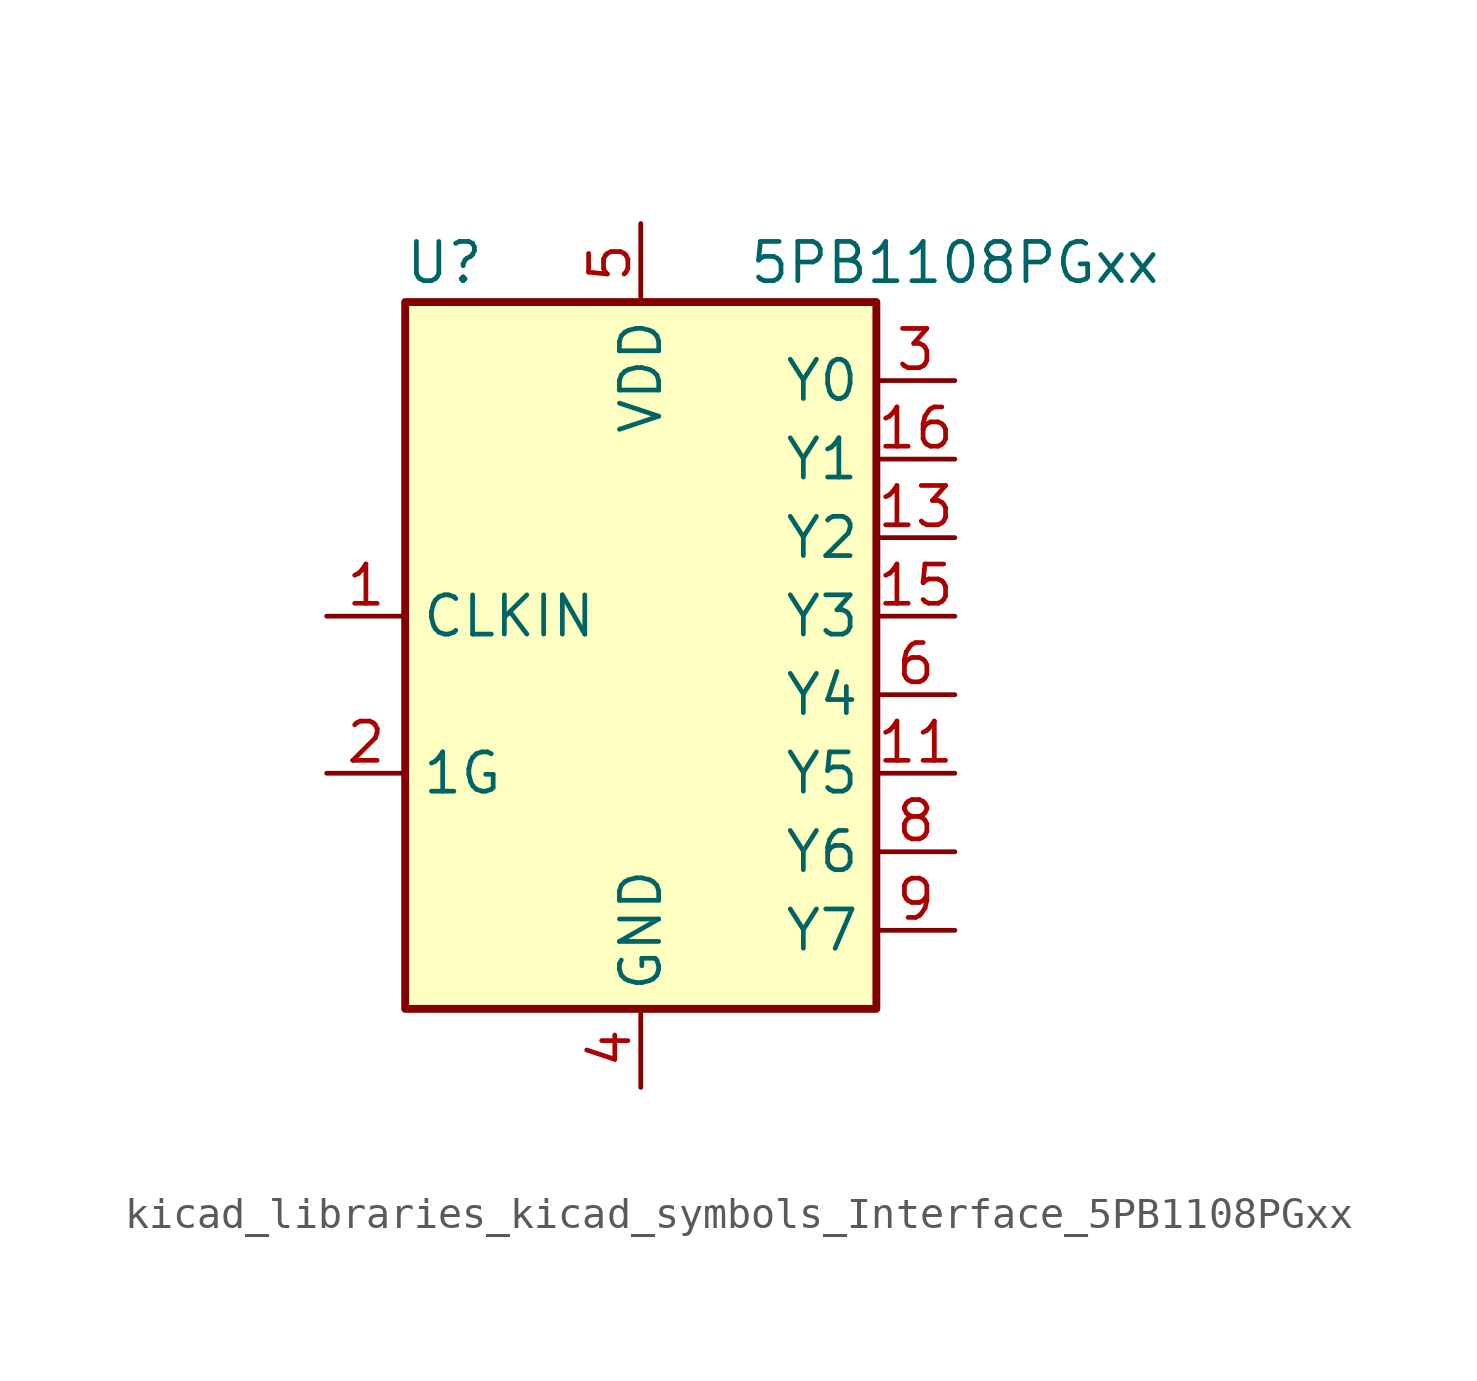
<source format=kicad_sym>
(kicad_symbol_lib
  (version 20220914)
  (generator kicad_symbol_editor)
  (symbol "kicad_libraries_kicad_symbols_Interface_5PB1108PGxx"
    (property "Reference" "U"
      (at -6.35 13.97 0)
      (effects (font (size 1.27 1.27))))
    (property "Value" "5PB1108PGxx"
      (at 10.16 13.97 0)
      (effects (font (size 1.27 1.27))))
    (symbol "kicad_libraries_kicad_symbols_Interface_5PB1108PGxx_0_1"
      (rectangle (start -7.62 12.7) (end 7.62 -10.16) (stroke (width 0.254) (type default)) (fill (type background))))
    (symbol "kicad_libraries_kicad_symbols_Interface_5PB1108PGxx_1_1"
      (pin input line (at -10.16 2.54 0) (length 2.54) (name "CLKIN" (effects (font (size 1.27 1.27)))) (number "1" (effects (font (size 1.27 1.27)))))
      (pin passive line (at 0 15.24 270) (length 2.54) hide (name "VDD" (effects (font (size 1.27 1.27)))) (number "10" (effects (font (size 1.27 1.27)))))
      (pin output line (at 10.16 -2.54 180) (length 2.54) (name "Y5" (effects (font (size 1.27 1.27)))) (number "11" (effects (font (size 1.27 1.27)))))
      (pin passive line (at 0 -12.7 90) (length 2.54) hide (name "GND" (effects (font (size 1.27 1.27)))) (number "12" (effects (font (size 1.27 1.27)))))
      (pin output line (at 10.16 5.08 180) (length 2.54) (name "Y2" (effects (font (size 1.27 1.27)))) (number "13" (effects (font (size 1.27 1.27)))))
      (pin passive line (at 0 15.24 270) (length 2.54) hide (name "VDD" (effects (font (size 1.27 1.27)))) (number "14" (effects (font (size 1.27 1.27)))))
      (pin output line (at 10.16 2.54 180) (length 2.54) (name "Y3" (effects (font (size 1.27 1.27)))) (number "15" (effects (font (size 1.27 1.27)))))
      (pin output line (at 10.16 7.62 180) (length 2.54) (name "Y1" (effects (font (size 1.27 1.27)))) (number "16" (effects (font (size 1.27 1.27)))))
      (pin input line (at -10.16 -2.54 0) (length 2.54) (name "1G" (effects (font (size 1.27 1.27)))) (number "2" (effects (font (size 1.27 1.27)))))
      (pin output line (at 10.16 10.16 180) (length 2.54) (name "Y0" (effects (font (size 1.27 1.27)))) (number "3" (effects (font (size 1.27 1.27)))))
      (pin power_in line (at 0 -12.7 90) (length 2.54) (name "GND" (effects (font (size 1.27 1.27)))) (number "4" (effects (font (size 1.27 1.27)))))
      (pin power_in line (at 0 15.24 270) (length 2.54) (name "VDD" (effects (font (size 1.27 1.27)))) (number "5" (effects (font (size 1.27 1.27)))))
      (pin output line (at 10.16 0 180) (length 2.54) (name "Y4" (effects (font (size 1.27 1.27)))) (number "6" (effects (font (size 1.27 1.27)))))
      (pin passive line (at 0 -12.7 90) (length 2.54) hide (name "GND" (effects (font (size 1.27 1.27)))) (number "7" (effects (font (size 1.27 1.27)))))
      (pin output line (at 10.16 -5.08 180) (length 2.54) (name "Y6" (effects (font (size 1.27 1.27)))) (number "8" (effects (font (size 1.27 1.27)))))
      (pin output line (at 10.16 -7.62 180) (length 2.54) (name "Y7" (effects (font (size 1.27 1.27)))) (number "9" (effects (font (size 1.27 1.27))))))))
</source>
